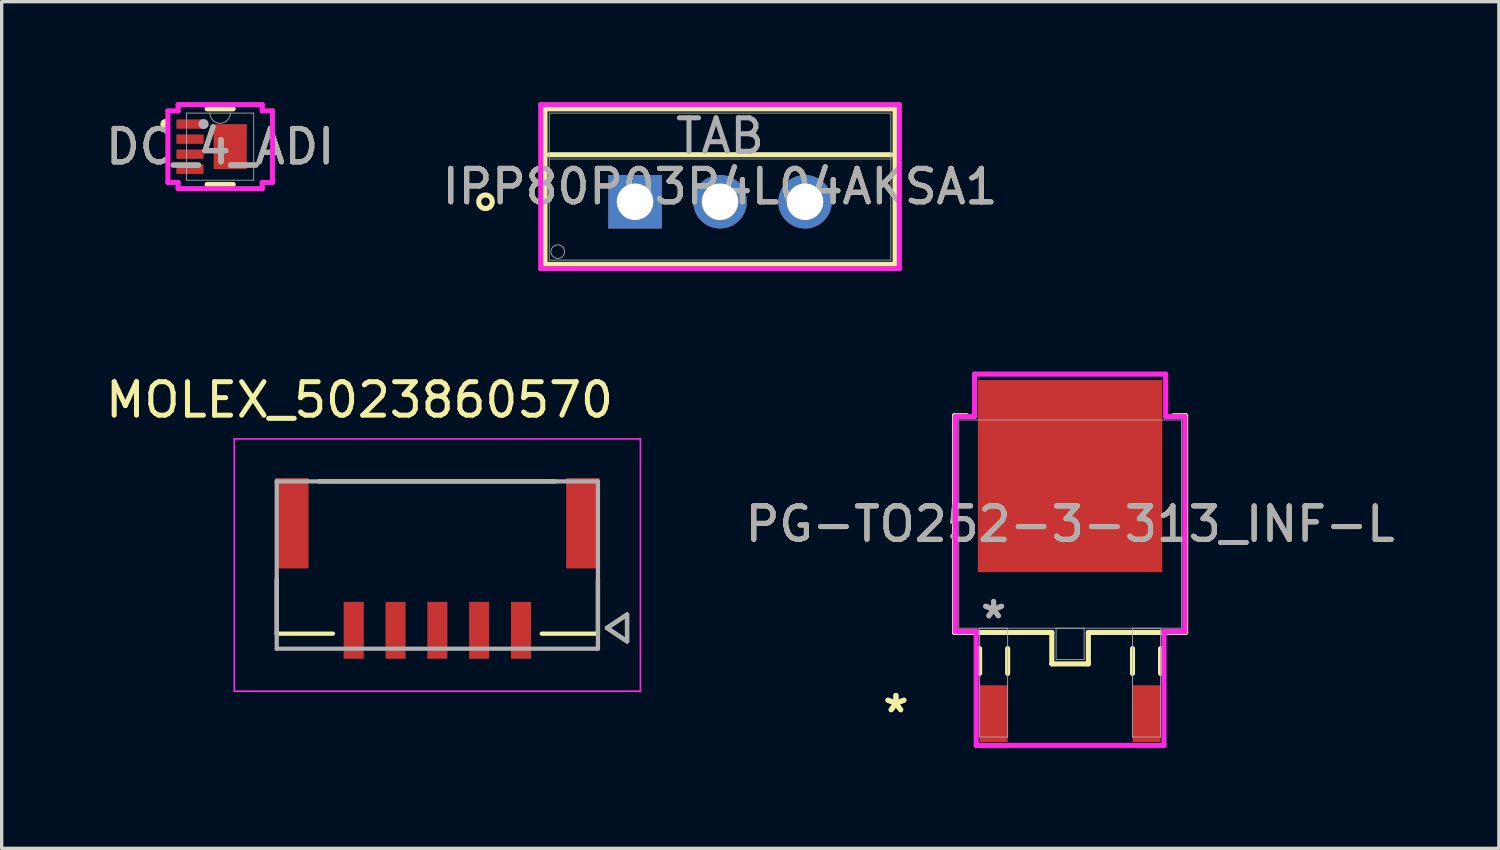
<source format=kicad_pcb>
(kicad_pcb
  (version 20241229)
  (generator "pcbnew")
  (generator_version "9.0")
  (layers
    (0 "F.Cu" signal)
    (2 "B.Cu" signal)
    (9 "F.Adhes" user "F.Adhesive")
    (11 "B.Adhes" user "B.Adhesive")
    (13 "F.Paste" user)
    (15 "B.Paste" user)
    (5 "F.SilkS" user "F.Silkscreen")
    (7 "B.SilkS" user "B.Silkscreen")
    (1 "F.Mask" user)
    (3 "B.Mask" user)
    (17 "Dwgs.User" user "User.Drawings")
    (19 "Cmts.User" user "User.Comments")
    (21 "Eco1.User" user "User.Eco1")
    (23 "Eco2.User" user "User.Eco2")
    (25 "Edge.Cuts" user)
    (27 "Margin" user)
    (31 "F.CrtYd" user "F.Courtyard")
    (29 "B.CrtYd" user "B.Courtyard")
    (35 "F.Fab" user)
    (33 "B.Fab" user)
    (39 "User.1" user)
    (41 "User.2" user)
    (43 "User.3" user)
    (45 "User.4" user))
  (footprint "MOLEX_5023860570"
    (layer "F.Cu")
    (at 10.021 13.838)
    (property "Reference" "MOLEX_5023860570" (at -2.325 -4.935 0) (layer "F.SilkS") (effects (font (size 1 1) (thickness 0.15))))
    (attr smd)
    (fp_poly (pts (xy -4.926 -2.676) (xy -3.774 -2.676) (xy -3.774 0.176) (xy -4.926 0.176)) (stroke (width 0.01) (type solid)) (fill yes) (layer "F.Mask"))
    (fp_poly (pts (xy -2.876 1.024) (xy -2.124 1.024) (xy -2.124 2.876) (xy -2.876 2.876)) (stroke (width 0.01) (type solid)) (fill yes) (layer "F.Mask"))
    (fp_poly (pts (xy -1.626 1.024) (xy -0.874 1.024) (xy -0.874 2.876) (xy -1.626 2.876)) (stroke (width 0.01) (type solid)) (fill yes) (layer "F.Mask"))
    (fp_poly (pts (xy -0.376 1.024) (xy 0.376 1.024) (xy 0.376 2.876) (xy -0.376 2.876)) (stroke (width 0.01) (type solid)) (fill yes) (layer "F.Mask"))
    (fp_poly (pts (xy 0.874 1.024) (xy 1.626 1.024) (xy 1.626 2.876) (xy 0.874 2.876)) (stroke (width 0.01) (type solid)) (fill yes) (layer "F.Mask"))
    (fp_poly (pts (xy 2.124 1.024) (xy 2.876 1.024) (xy 2.876 2.876) (xy 2.124 2.876)) (stroke (width 0.01) (type solid)) (fill yes) (layer "F.Mask"))
    (fp_poly (pts (xy 3.774 -2.676) (xy 4.926 -2.676) (xy 4.926 0.176) (xy 3.774 0.176)) (stroke (width 0.01) (type solid)) (fill yes) (layer "F.Mask"))
    (fp_line (start -4.8 0.42) (end -4.8 2.05) (stroke (width 0.127) (type solid)) (layer "F.SilkS"))
    (fp_line (start -4.8 2.05) (end -3.12 2.05) (stroke (width 0.127) (type solid)) (layer "F.SilkS"))
    (fp_line (start 3.12 2.05) (end 4.8 2.05) (stroke (width 0.127) (type solid)) (layer "F.SilkS"))
    (fp_line (start 3.53 -2.5) (end -3.53 -2.5) (stroke (width 0.127) (type solid)) (layer "F.SilkS"))
    (fp_line (start 4.8 0.42) (end 4.8 2.05) (stroke (width 0.127) (type solid)) (layer "F.SilkS"))
    (fp_line (start 5.07 1.88) (end 5.67 2.28) (stroke (width 0.127) (type solid)) (layer "F.SilkS"))
    (fp_line (start 5.67 1.48) (end 5.07 1.88) (stroke (width 0.127) (type solid)) (layer "F.SilkS"))
    (fp_line (start 5.67 2.28) (end 5.67 1.48) (stroke (width 0.127) (type solid)) (layer "F.SilkS"))
    (fp_line (start -6.07 -3.77) (end -6.07 3.77) (stroke (width 0.05) (type solid)) (layer "F.CrtYd"))
    (fp_line (start -6.07 3.77) (end 6.07 3.77) (stroke (width 0.05) (type solid)) (layer "F.CrtYd"))
    (fp_line (start 6.07 -3.77) (end -6.07 -3.77) (stroke (width 0.05) (type solid)) (layer "F.CrtYd"))
    (fp_line (start 6.07 3.77) (end 6.07 -3.77) (stroke (width 0.05) (type solid)) (layer "F.CrtYd"))
    (fp_line (start -4.8 -2.5) (end -4.8 2.5) (stroke (width 0.127) (type solid)) (layer "F.Fab"))
    (fp_line (start -4.8 2.5) (end 4.8 2.5) (stroke (width 0.127) (type solid)) (layer "F.Fab"))
    (fp_line (start 4.8 -2.5) (end -4.8 -2.5) (stroke (width 0.127) (type solid)) (layer "F.Fab"))
    (fp_line (start 4.8 2.5) (end 4.8 -2.5) (stroke (width 0.127) (type solid)) (layer "F.Fab"))
    (fp_line (start 5.07 1.88) (end 5.67 2.28) (stroke (width 0.127) (type solid)) (layer "F.Fab"))
    (fp_line (start 5.67 1.48) (end 5.07 1.88) (stroke (width 0.127) (type solid)) (layer "F.Fab"))
    (fp_line (start 5.67 2.28) (end 5.67 1.48) (stroke (width 0.127) (type solid)) (layer "F.Fab"))
    (pad "1" smd rect (at 2.5 1.95) (size 0.6 1.7) (layers "F.Cu" "F.Paste"))
    (pad "2" smd rect (at 1.25 1.95) (size 0.6 1.7) (layers "F.Cu" "F.Paste"))
    (pad "3" smd rect (at 0 1.95) (size 0.6 1.7) (layers "F.Cu" "F.Paste"))
    (pad "4" smd rect (at -1.25 1.95) (size 0.6 1.7) (layers "F.Cu" "F.Paste"))
    (pad "5" smd rect (at -2.5 1.95) (size 0.6 1.7) (layers "F.Cu" "F.Paste"))
    (pad "S1" smd rect (at 4.35 -1.25) (size 1 2.7) (layers "F.Cu" "F.Paste"))
    (pad "S2" smd rect (at -4.35 -1.25) (size 1 2.7) (layers "F.Cu" "F.Paste")))
  (footprint "PG-TO252-3-313_INF-L"
    (layer "F.Cu")
    (at 28.932 12.614)
    (property "Reference" "PG-TO252-3-313_INF-L" (at 0 0 0) (unlocked yes) (layer "F.SilkS") (effects (font (size 1 1) (thickness 0.15))))
    (attr smd)
    (fp_line (start -3.454 -3.239) (end -3.454 3.239) (stroke (width 0.152) (type solid)) (layer "F.SilkS"))
    (fp_line (start -3.454 3.239) (end -0.546 3.239) (stroke (width 0.152) (type solid)) (layer "F.SilkS"))
    (fp_line (start -3.089 -3.239) (end -3.454 -3.239) (stroke (width 0.152) (type solid)) (layer "F.SilkS"))
    (fp_line (start -2.704 3.721) (end -2.704 4.462) (stroke (width 0.152) (type solid)) (layer "F.SilkS"))
    (fp_line (start -1.866 3.721) (end -1.866 4.462) (stroke (width 0.152) (type solid)) (layer "F.SilkS"))
    (fp_line (start -0.546 3.239) (end -0.546 4.178) (stroke (width 0.152) (type solid)) (layer "F.SilkS"))
    (fp_line (start -0.546 4.178) (end 0.546 4.178) (stroke (width 0.152) (type solid)) (layer "F.SilkS"))
    (fp_line (start 0.546 3.239) (end 3.454 3.239) (stroke (width 0.152) (type solid)) (layer "F.SilkS"))
    (fp_line (start 0.546 4.178) (end 0.546 3.239) (stroke (width 0.152) (type solid)) (layer "F.SilkS"))
    (fp_line (start 1.866 3.721) (end 1.866 4.462) (stroke (width 0.152) (type solid)) (layer "F.SilkS"))
    (fp_line (start 2.704 3.721) (end 2.704 4.462) (stroke (width 0.152) (type solid)) (layer "F.SilkS"))
    (fp_line (start 3.454 -3.239) (end 3.089 -3.239) (stroke (width 0.152) (type solid)) (layer "F.SilkS"))
    (fp_line (start 3.454 3.239) (end 3.454 -3.239) (stroke (width 0.152) (type solid)) (layer "F.SilkS"))
    (fp_line (start -3.429 -3.213) (end -2.857 -3.213) (stroke (width 0.152) (type solid)) (layer "F.CrtYd"))
    (fp_line (start -3.429 3.213) (end -3.429 -3.213) (stroke (width 0.152) (type solid)) (layer "F.CrtYd"))
    (fp_line (start -2.857 -4.483) (end 2.857 -4.483) (stroke (width 0.152) (type solid)) (layer "F.CrtYd"))
    (fp_line (start -2.857 -3.213) (end -2.857 -4.483) (stroke (width 0.152) (type solid)) (layer "F.CrtYd"))
    (fp_line (start -2.806 3.213) (end -3.429 3.213) (stroke (width 0.152) (type solid)) (layer "F.CrtYd"))
    (fp_line (start -2.806 6.614) (end -2.806 3.213) (stroke (width 0.152) (type solid)) (layer "F.CrtYd"))
    (fp_line (start 2.806 3.213) (end 2.806 6.614) (stroke (width 0.152) (type solid)) (layer "F.CrtYd"))
    (fp_line (start 2.806 6.614) (end -2.806 6.614) (stroke (width 0.152) (type solid)) (layer "F.CrtYd"))
    (fp_line (start 2.857 -4.483) (end 2.857 -3.213) (stroke (width 0.152) (type solid)) (layer "F.CrtYd"))
    (fp_line (start 2.857 -3.213) (end 3.429 -3.213) (stroke (width 0.152) (type solid)) (layer "F.CrtYd"))
    (fp_line (start 3.429 -3.213) (end 3.429 3.213) (stroke (width 0.152) (type solid)) (layer "F.CrtYd"))
    (fp_line (start 3.429 3.213) (end 2.806 3.213) (stroke (width 0.152) (type solid)) (layer "F.CrtYd"))
    (fp_line (start -3.327 -3.111) (end -3.327 3.111) (stroke (width 0.025) (type solid)) (layer "F.Fab"))
    (fp_line (start -3.327 3.111) (end 3.327 3.111) (stroke (width 0.025) (type solid)) (layer "F.Fab"))
    (fp_line (start -2.704 3.111) (end -2.704 6.363) (stroke (width 0.025) (type solid)) (layer "F.Fab"))
    (fp_line (start -2.704 6.363) (end -1.866 6.363) (stroke (width 0.025) (type solid)) (layer "F.Fab"))
    (fp_line (start -1.866 3.111) (end -2.704 3.111) (stroke (width 0.025) (type solid)) (layer "F.Fab"))
    (fp_line (start -1.866 6.363) (end -1.866 3.111) (stroke (width 0.025) (type solid)) (layer "F.Fab"))
    (fp_line (start -0.419 3.111) (end -0.419 4.051) (stroke (width 0.025) (type solid)) (layer "F.Fab"))
    (fp_line (start -0.419 4.051) (end 0.419 4.051) (stroke (width 0.025) (type solid)) (layer "F.Fab"))
    (fp_line (start 0.419 3.111) (end -0.419 3.111) (stroke (width 0.025) (type solid)) (layer "F.Fab"))
    (fp_line (start 0.419 4.051) (end 0.419 3.111) (stroke (width 0.025) (type solid)) (layer "F.Fab"))
    (fp_line (start 1.866 3.111) (end 1.866 6.363) (stroke (width 0.025) (type solid)) (layer "F.Fab"))
    (fp_line (start 1.866 6.363) (end 2.704 6.363) (stroke (width 0.025) (type solid)) (layer "F.Fab"))
    (fp_line (start 2.704 3.111) (end 1.866 3.111) (stroke (width 0.025) (type solid)) (layer "F.Fab"))
    (fp_line (start 2.704 6.363) (end 2.704 3.111) (stroke (width 0.025) (type solid)) (layer "F.Fab"))
    (fp_line (start 3.327 -3.111) (end -3.327 -3.111) (stroke (width 0.025) (type solid)) (layer "F.Fab"))
    (fp_line (start 3.327 3.111) (end 3.327 -3.111) (stroke (width 0.025) (type solid)) (layer "F.Fab"))
    (fp_text user "*" (at -5.205 5.665 0) (unlocked yes) (layer "F.SilkS") (effects (font (size 1 1) (thickness 0.15))))
    (fp_text user "*" (at -5.205 5.665 0) (layer "F.SilkS") (effects (font (size 1 1) (thickness 0.15))))
    (fp_text user "*" (at -2.285 2.857 0) (layer "F.Fab") (effects (font (size 1 1) (thickness 0.15))))
    (fp_text user "*" (at -2.285 2.857 0) (unlocked yes) (layer "F.Fab") (effects (font (size 1 1) (thickness 0.15))))
    (fp_text user "${REFERENCE}" (at 0 0 0) (unlocked yes) (layer "F.Fab") (effects (font (size 1 1) (thickness 0.15))))
    (pad "1" smd rect (at -2.285 5.665) (size 0.838 1.695) (layers "F.Cu" "F.Mask" "F.Paste"))
    (pad "2" smd rect (at 0 -1.435) (size 5.512 5.74) (layers "F.Cu" "F.Mask" "F.Paste"))
    (pad "3" smd rect (at 2.285 5.665) (size 0.838 1.695) (layers "F.Cu" "F.Mask" "F.Paste")))
  (footprint "IPP80P03P4L04AKSA1"
    (layer "F.Cu")
    (at 15.93 2.98)
    (property "Reference" "IPP80P03P4L04AKSA1" (at 2.54 -0.453 0) (unlocked yes) (layer "F.SilkS") (effects (font (size 1 1) (thickness 0.15))))
    (attr through_hole)
    (fp_line (start -2.692 -2.777) (end -2.692 1.871) (stroke (width 0.152) (type solid)) (layer "F.SilkS"))
    (fp_line (start -2.692 1.871) (end 7.772 1.871) (stroke (width 0.152) (type solid)) (layer "F.SilkS"))
    (fp_line (start -2.565 -1.405) (end 7.645 -1.405) (stroke (width 0.152) (type solid)) (layer "F.SilkS"))
    (fp_line (start 7.772 -2.777) (end -2.692 -2.777) (stroke (width 0.152) (type solid)) (layer "F.SilkS"))
    (fp_line (start 7.772 1.871) (end 7.772 -2.777) (stroke (width 0.152) (type solid)) (layer "F.SilkS"))
    (fp_circle (center -4.47 0) (end -4.267 0) (stroke (width 0.152) (type solid)) (fill no) (layer "F.SilkS"))
    (fp_line (start -2.819 -2.904) (end -2.819 1.998) (stroke (width 0.152) (type solid)) (layer "F.CrtYd"))
    (fp_line (start -2.819 1.998) (end 7.899 1.998) (stroke (width 0.152) (type solid)) (layer "F.CrtYd"))
    (fp_line (start 7.899 -2.904) (end -2.819 -2.904) (stroke (width 0.152) (type solid)) (layer "F.CrtYd"))
    (fp_line (start 7.899 1.998) (end 7.899 -2.904) (stroke (width 0.152) (type solid)) (layer "F.CrtYd"))
    (fp_line (start -2.565 -2.65) (end -2.565 1.744) (stroke (width 0.025) (type solid)) (layer "F.Fab"))
    (fp_line (start -2.565 -1.278) (end 7.645 -1.278) (stroke (width 0.025) (type solid)) (layer "F.Fab"))
    (fp_line (start -2.565 1.744) (end 7.645 1.744) (stroke (width 0.025) (type solid)) (layer "F.Fab"))
    (fp_line (start 7.645 -2.65) (end -2.565 -2.65) (stroke (width 0.025) (type solid)) (layer "F.Fab"))
    (fp_line (start 7.645 1.744) (end 7.645 -2.65) (stroke (width 0.025) (type solid)) (layer "F.Fab"))
    (fp_circle (center -2.311 1.49) (end -2.108 1.49) (stroke (width 0.025) (type solid)) (fill no) (layer "F.Fab"))
    (fp_text user "TAB" (at 2.54 -1.964 0) (unlocked yes) (layer "F.Fab") (effects (font (size 1 1) (thickness 0.15))))
    (fp_text user "${REFERENCE}" (at 2.54 -0.453 0) (unlocked yes) (layer "F.Fab") (effects (font (size 1 1) (thickness 0.15))))
    (pad "1" thru_hole rect (at 0 0) (size 1.6 1.6) (drill 1.092) (layers "*.Cu" "*.Mask"))
    (pad "2" thru_hole circle (at 2.54 0) (size 1.6 1.6) (drill 1.092) (layers "*.Cu" "*.Mask"))
    (pad "3" thru_hole circle (at 5.08 0) (size 1.6 1.6) (drill 1.092) (layers "*.Cu" "*.Mask")))
  (footprint "DC_4_ADI"
    (layer "F.Cu")
    (at 3.53 1.333)
    (property "Reference" "DC_4_ADI" (at 0 0 0) (unlocked yes) (layer "F.SilkS") (effects (font (size 1 1) (thickness 0.15))))
    (attr smd)
    (fp_line (start -0.39 1.13) (end 0.39 1.13) (stroke (width 0.152) (type solid)) (layer "F.SilkS"))
    (fp_line (start 0.39 -1.13) (end -0.39 -1.13) (stroke (width 0.152) (type solid)) (layer "F.SilkS"))
    (fp_arc (start -1.64084 -0.599048) (mid -1.7109 -0.675) (end -1.64084 -0.750952) (stroke (width 0.1524) (type solid)) (layer "F.SilkS"))
    (fp_poly (pts (xy -0.495 -0.673) (xy -0.495 0.673) (xy 0.495 0.673) (xy 0.495 -0.673)) (stroke (width 0) (type solid)) (fill yes) (layer "F.Paste"))
    (fp_line (start -1.562 -1.069) (end -1.257 -1.069) (stroke (width 0.152) (type solid)) (layer "F.CrtYd"))
    (fp_line (start -1.562 1.069) (end -1.562 -1.069) (stroke (width 0.152) (type solid)) (layer "F.CrtYd"))
    (fp_line (start -1.562 1.069) (end -1.257 1.069) (stroke (width 0.152) (type solid)) (layer "F.CrtYd"))
    (fp_line (start -1.257 -1.257) (end 1.257 -1.257) (stroke (width 0.152) (type solid)) (layer "F.CrtYd"))
    (fp_line (start -1.257 -1.069) (end -1.257 -1.257) (stroke (width 0.152) (type solid)) (layer "F.CrtYd"))
    (fp_line (start -1.257 1.257) (end -1.257 1.069) (stroke (width 0.152) (type solid)) (layer "F.CrtYd"))
    (fp_line (start 1.257 -1.257) (end 1.257 -1.069) (stroke (width 0.152) (type solid)) (layer "F.CrtYd"))
    (fp_line (start 1.257 1.069) (end 1.257 1.257) (stroke (width 0.152) (type solid)) (layer "F.CrtYd"))
    (fp_line (start 1.257 1.257) (end -1.257 1.257) (stroke (width 0.152) (type solid)) (layer "F.CrtYd"))
    (fp_line (start 1.562 -1.069) (end 1.257 -1.069) (stroke (width 0.152) (type solid)) (layer "F.CrtYd"))
    (fp_line (start 1.562 -1.069) (end 1.562 1.069) (stroke (width 0.152) (type solid)) (layer "F.CrtYd"))
    (fp_line (start 1.562 1.069) (end 1.257 1.069) (stroke (width 0.152) (type solid)) (layer "F.CrtYd"))
    (fp_line (start -1.003 -1.003) (end -1.003 1.003) (stroke (width 0.025) (type solid)) (layer "F.Fab"))
    (fp_line (start -1.003 1.003) (end 1.003 1.003) (stroke (width 0.025) (type solid)) (layer "F.Fab"))
    (fp_line (start 1.003 -1.003) (end -1.003 -1.003) (stroke (width 0.025) (type solid)) (layer "F.Fab"))
    (fp_line (start 1.003 1.003) (end 1.003 -1.003) (stroke (width 0.025) (type solid)) (layer "F.Fab"))
    (fp_arc (start 0.3048 -1.0033) (mid 0 -0.6985) (end -0.3048 -1.0033) (stroke (width 0.0254) (type solid)) (layer "F.Fab"))
    (fp_circle (center -0.495 -0.675) (end -0.419 -0.675) (stroke (width 0.152) (type solid)) (fill no) (layer "F.Fab"))
    (fp_text user "${REFERENCE}" (at 0 0 0) (unlocked yes) (layer "F.Fab") (effects (font (size 1 1) (thickness 0.15))))
    (pad "1" smd rect (at -0.902 -0.675) (size 0.813 0.279) (layers "F.Cu" "F.Mask" "F.Paste"))
    (pad "2" smd rect (at -0.902 -0.225) (size 0.813 0.279) (layers "F.Cu" "F.Mask" "F.Paste"))
    (pad "3" smd rect (at -0.902 0.225) (size 0.813 0.279) (layers "F.Cu" "F.Mask" "F.Paste"))
    (pad "4" smd rect (at -0.902 0.675) (size 0.813 0.279) (layers "F.Cu" "F.Mask" "F.Paste"))
    (pad "5" smd rect (at 0.3 0) (size 0.991 1.346) (layers "F.Cu" "F.Mask")))
  (gr_rect
    (start -3 -3)
    (end 41.747 22.304)
    (stroke (width 0.1) (type default))
    (fill no)
    (layer "Edge.Cuts")))
</source>
